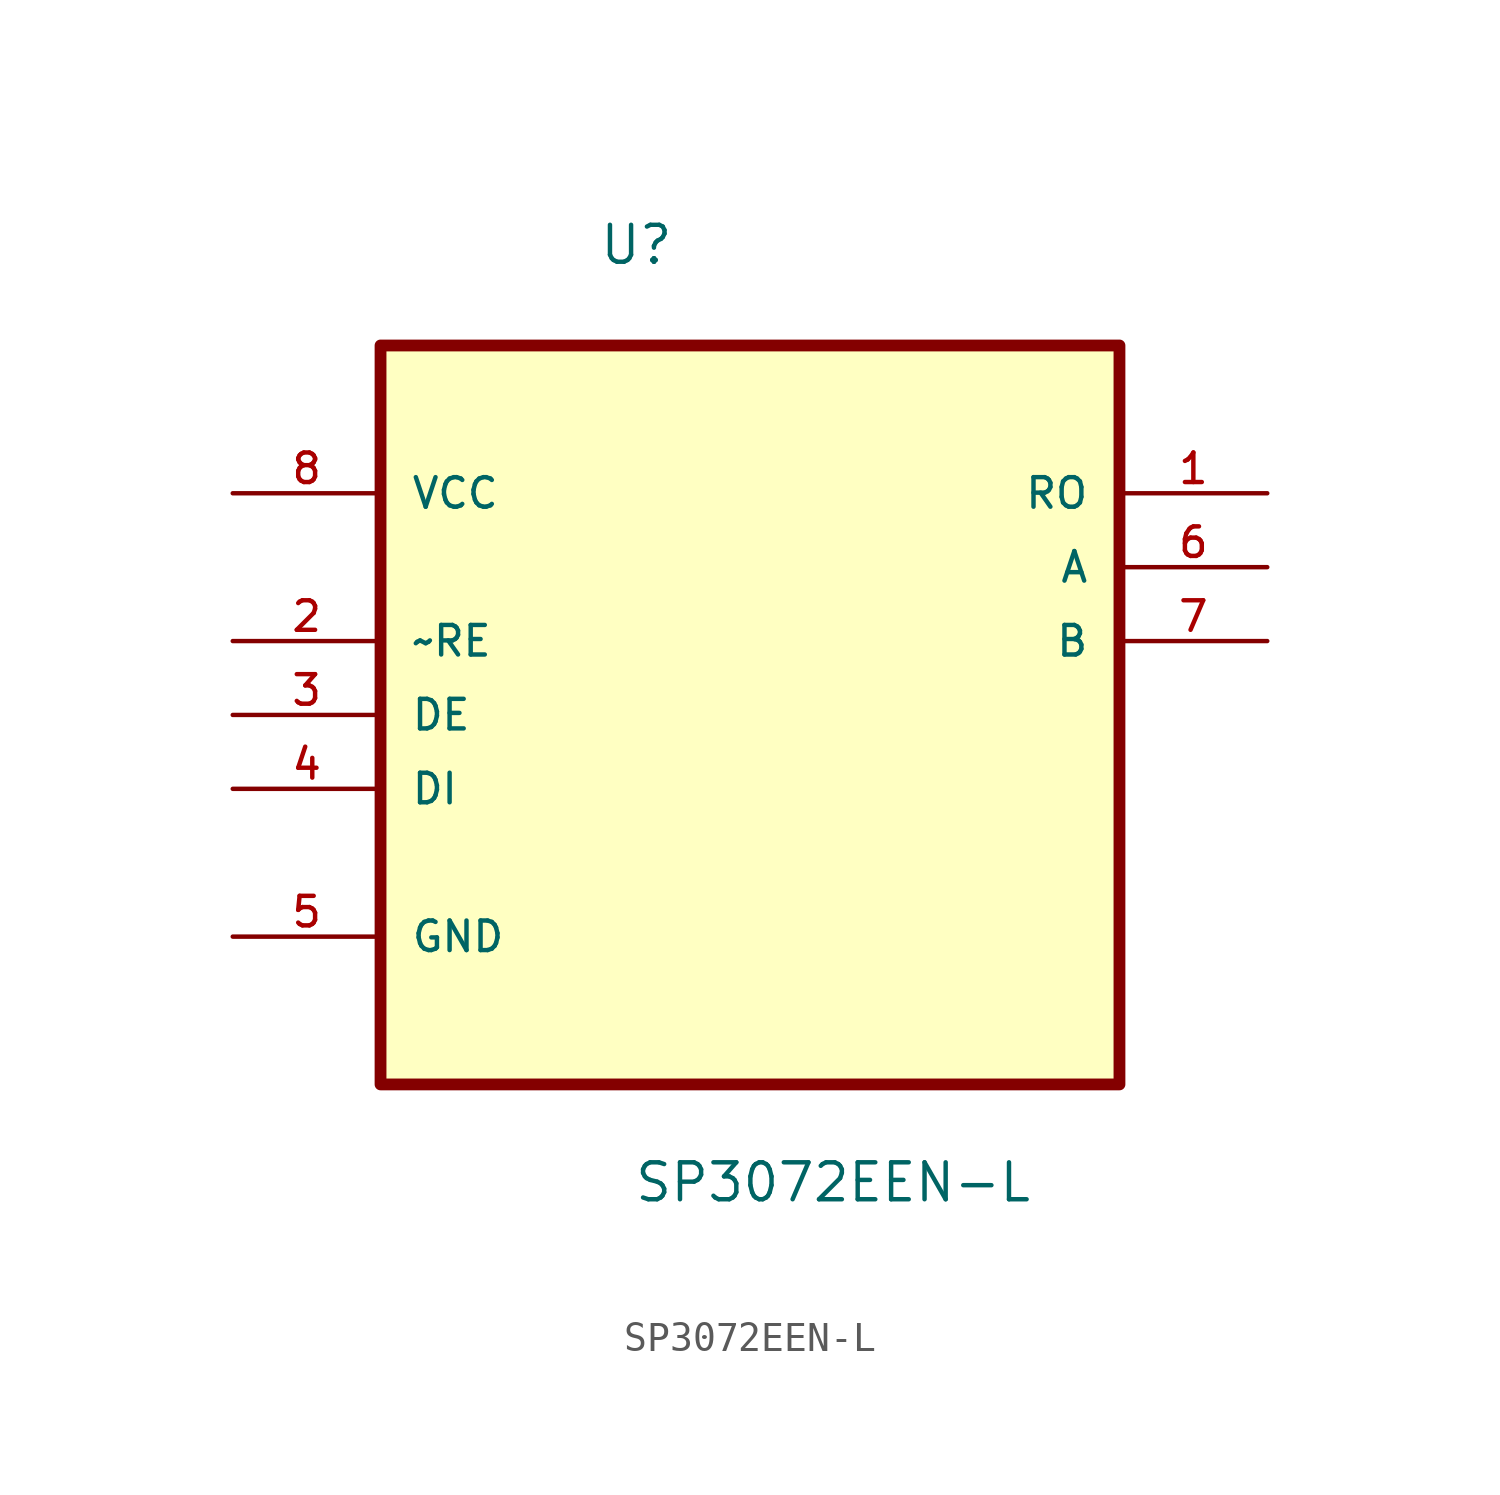
<source format=kicad_sym>
(kicad_symbol_lib
  (version 20211014)
  (generator kicad_symbol_editor)
  (symbol "SP3072EEN-L"
    (pin_names
      (offset 1.016))
    (property "Reference" "U"
      (at -5.216 12.875 0.0)
      (effects (font (size 1.27 1.27)) (justify bottom left)))
    (property "Value" "SP3072EEN-L"
      (at -4.018 -19.351 0.0)
      (effects (font (size 1.27 1.27)) (justify bottom left)))
    (symbol "SP3072EEN-L_0_0"
      (rectangle (start -12.7 -15.24) (end 12.7 10.16) (stroke (width 0.406)) (fill (type background)))
      (pin power_in line (at -17.78 5.08 0) (length 5.08) (name "VCC" (effects (font (size 1.016 1.016)))) (number "8" (effects (font (size 1.016 1.016)))))
      (pin input line (at -17.78 0.0 0) (length 5.08) (name "~RE" (effects (font (size 1.016 1.016)))) (number "2" (effects (font (size 1.016 1.016)))))
      (pin input line (at -17.78 -2.54 0) (length 5.08) (name "DE" (effects (font (size 1.016 1.016)))) (number "3" (effects (font (size 1.016 1.016)))))
      (pin input line (at -17.78 -5.08 0) (length 5.08) (name "DI" (effects (font (size 1.016 1.016)))) (number "4" (effects (font (size 1.016 1.016)))))
      (pin passive line (at -17.78 -10.16 0) (length 5.08) (name "GND" (effects (font (size 1.016 1.016)))) (number "5" (effects (font (size 1.016 1.016)))))
      (pin output line (at 17.78 5.08 180.0) (length 5.08) (name "RO" (effects (font (size 1.016 1.016)))) (number "1" (effects (font (size 1.016 1.016)))))
      (pin bidirectional line (at 17.78 2.54 180.0) (length 5.08) (name "A" (effects (font (size 1.016 1.016)))) (number "6" (effects (font (size 1.016 1.016)))))
      (pin bidirectional line (at 17.78 0.0 180.0) (length 5.08) (name "B" (effects (font (size 1.016 1.016)))) (number "7" (effects (font (size 1.016 1.016))))))))
</source>
